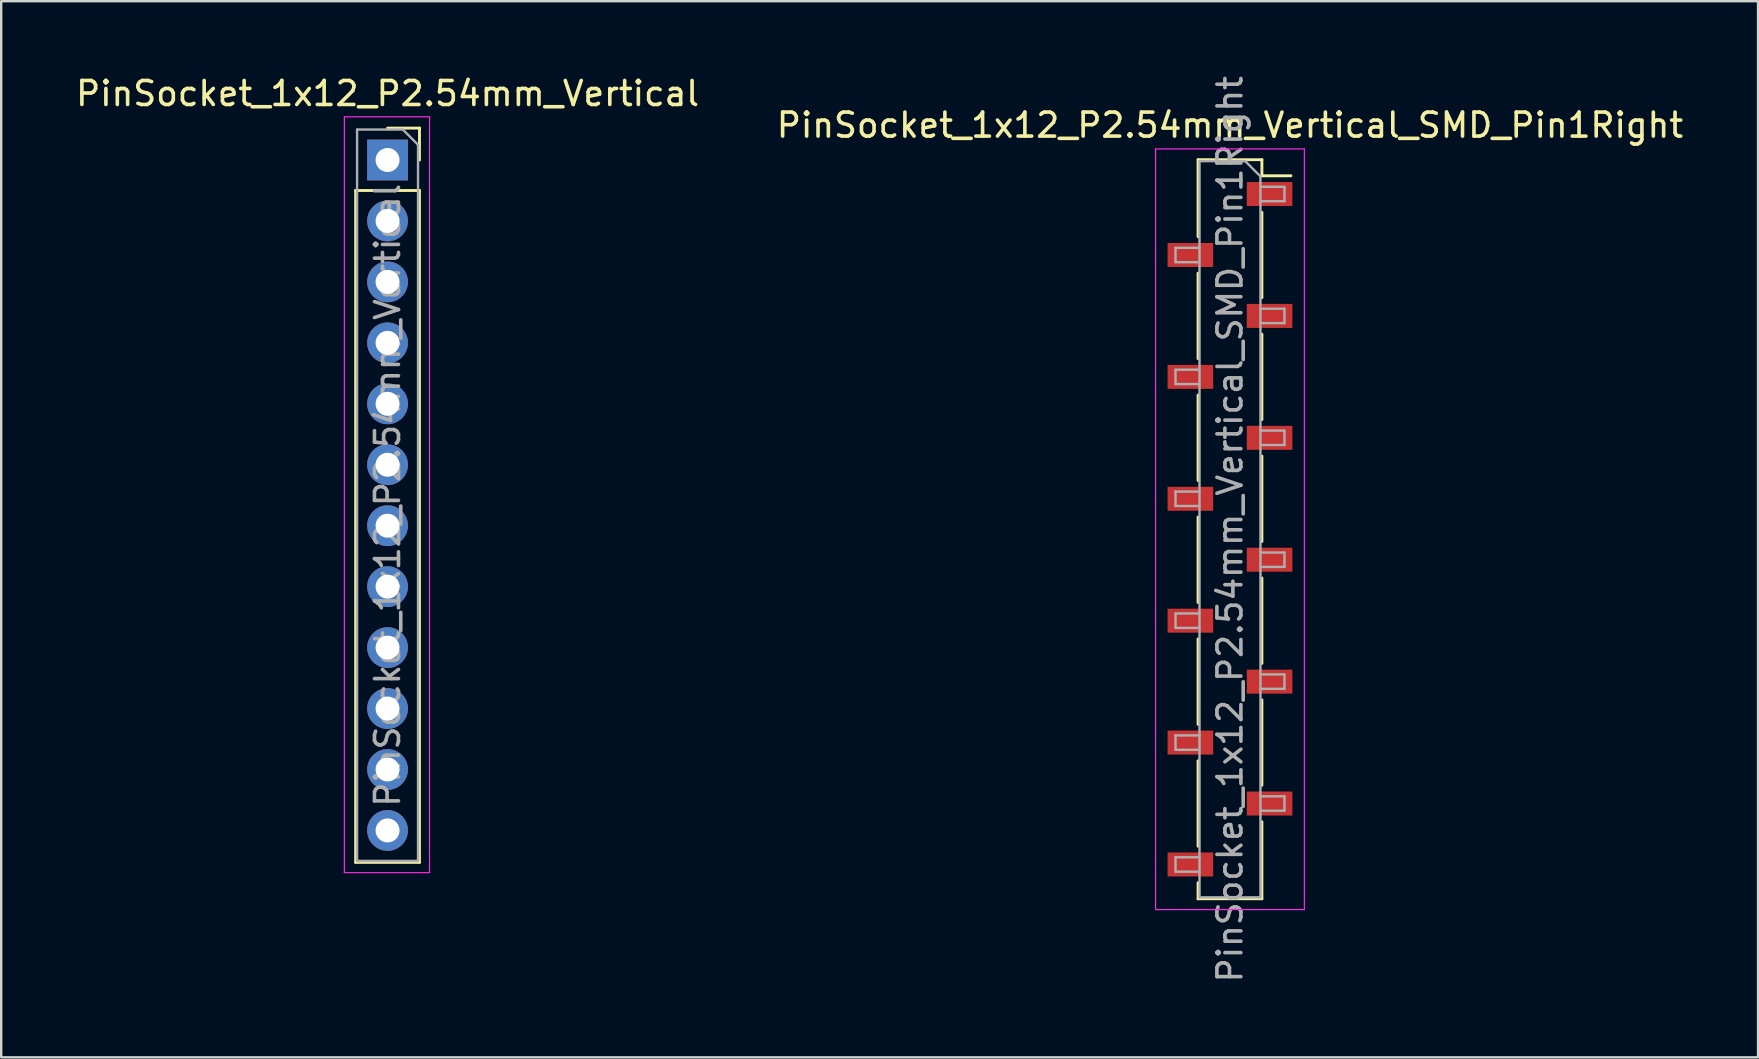
<source format=kicad_pcb>
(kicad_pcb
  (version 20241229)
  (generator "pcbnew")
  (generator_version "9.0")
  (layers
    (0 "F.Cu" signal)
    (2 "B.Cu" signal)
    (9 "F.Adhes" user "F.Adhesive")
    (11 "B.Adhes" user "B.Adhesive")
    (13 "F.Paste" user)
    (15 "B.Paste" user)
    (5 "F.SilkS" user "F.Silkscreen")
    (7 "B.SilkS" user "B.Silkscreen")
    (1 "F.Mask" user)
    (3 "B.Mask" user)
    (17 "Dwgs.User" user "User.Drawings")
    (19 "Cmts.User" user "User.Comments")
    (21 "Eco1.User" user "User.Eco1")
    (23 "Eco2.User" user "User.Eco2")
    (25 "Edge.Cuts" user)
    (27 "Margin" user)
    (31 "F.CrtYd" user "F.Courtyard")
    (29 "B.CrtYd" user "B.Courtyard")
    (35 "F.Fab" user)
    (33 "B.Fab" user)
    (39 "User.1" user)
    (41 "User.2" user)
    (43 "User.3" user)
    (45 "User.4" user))
  (footprint "PinSocket_1x12_P2.54mm_Vertical"
    (layer "F.Cu")
    (at 13.101 3.618)
    (property "Reference" "PinSocket_1x12_P2.54mm_Vertical" (at 0 -2.77 0) (layer "F.SilkS") (effects (font (size 1 1) (thickness 0.15))))
    (attr through_hole)
    (fp_line (start -1.33 1.27) (end -1.33 29.27) (stroke (width 0.12) (type solid)) (layer "F.SilkS"))
    (fp_line (start -1.33 1.27) (end 1.33 1.27) (stroke (width 0.12) (type solid)) (layer "F.SilkS"))
    (fp_line (start -1.33 29.27) (end 1.33 29.27) (stroke (width 0.12) (type solid)) (layer "F.SilkS"))
    (fp_line (start 0 -1.33) (end 1.33 -1.33) (stroke (width 0.12) (type solid)) (layer "F.SilkS"))
    (fp_line (start 1.33 -1.33) (end 1.33 0) (stroke (width 0.12) (type solid)) (layer "F.SilkS"))
    (fp_line (start 1.33 1.27) (end 1.33 29.27) (stroke (width 0.12) (type solid)) (layer "F.SilkS"))
    (fp_line (start -1.8 -1.8) (end 1.75 -1.8) (stroke (width 0.05) (type solid)) (layer "F.CrtYd"))
    (fp_line (start -1.8 29.7) (end -1.8 -1.8) (stroke (width 0.05) (type solid)) (layer "F.CrtYd"))
    (fp_line (start 1.75 -1.8) (end 1.75 29.7) (stroke (width 0.05) (type solid)) (layer "F.CrtYd"))
    (fp_line (start 1.75 29.7) (end -1.8 29.7) (stroke (width 0.05) (type solid)) (layer "F.CrtYd"))
    (fp_line (start -1.27 -1.27) (end 0.635 -1.27) (stroke (width 0.1) (type solid)) (layer "F.Fab"))
    (fp_line (start -1.27 29.21) (end -1.27 -1.27) (stroke (width 0.1) (type solid)) (layer "F.Fab"))
    (fp_line (start 0.635 -1.27) (end 1.27 -0.635) (stroke (width 0.1) (type solid)) (layer "F.Fab"))
    (fp_line (start 1.27 -0.635) (end 1.27 29.21) (stroke (width 0.1) (type solid)) (layer "F.Fab"))
    (fp_line (start 1.27 29.21) (end -1.27 29.21) (stroke (width 0.1) (type solid)) (layer "F.Fab"))
    (fp_text user "${REFERENCE}" (at 0 13.97 90) (layer "F.Fab") (effects (font (size 1 1) (thickness 0.15))))
    (pad "1" thru_hole rect (at 0 0) (size 1.7 1.7) (drill 1) (layers "*.Cu" "*.Mask"))
    (pad "2" thru_hole oval (at 0 2.54) (size 1.7 1.7) (drill 1) (layers "*.Cu" "*.Mask"))
    (pad "3" thru_hole oval (at 0 5.08) (size 1.7 1.7) (drill 1) (layers "*.Cu" "*.Mask"))
    (pad "4" thru_hole oval (at 0 7.62) (size 1.7 1.7) (drill 1) (layers "*.Cu" "*.Mask"))
    (pad "5" thru_hole oval (at 0 10.16) (size 1.7 1.7) (drill 1) (layers "*.Cu" "*.Mask"))
    (pad "6" thru_hole oval (at 0 12.7) (size 1.7 1.7) (drill 1) (layers "*.Cu" "*.Mask"))
    (pad "7" thru_hole oval (at 0 15.24) (size 1.7 1.7) (drill 1) (layers "*.Cu" "*.Mask"))
    (pad "8" thru_hole oval (at 0 17.78) (size 1.7 1.7) (drill 1) (layers "*.Cu" "*.Mask"))
    (pad "9" thru_hole oval (at 0 20.32) (size 1.7 1.7) (drill 1) (layers "*.Cu" "*.Mask"))
    (pad "10" thru_hole oval (at 0 22.86) (size 1.7 1.7) (drill 1) (layers "*.Cu" "*.Mask"))
    (pad "11" thru_hole oval (at 0 25.4) (size 1.7 1.7) (drill 1) (layers "*.Cu" "*.Mask"))
    (pad "12" thru_hole oval (at 0 27.94) (size 1.7 1.7) (drill 1) (layers "*.Cu" "*.Mask")))
  (footprint "PinSocket_1x12_P2.54mm_Vertical_SMD_Pin1Right"
    (layer "F.Cu")
    (at 48.208 19.006)
    (property "Reference" "PinSocket_1x12_P2.54mm_Vertical_SMD_Pin1Right" (at 0 -16.84 0) (layer "F.SilkS") (effects (font (size 1 1) (thickness 0.15))))
    (attr smd)
    (fp_line (start -1.33 -15.4) (end -1.33 -12.19) (stroke (width 0.12) (type solid)) (layer "F.SilkS"))
    (fp_line (start -1.33 -15.4) (end 1.33 -15.4) (stroke (width 0.12) (type solid)) (layer "F.SilkS"))
    (fp_line (start -1.33 -10.67) (end -1.33 -7.11) (stroke (width 0.12) (type solid)) (layer "F.SilkS"))
    (fp_line (start -1.33 -5.59) (end -1.33 -2.03) (stroke (width 0.12) (type solid)) (layer "F.SilkS"))
    (fp_line (start -1.33 -0.51) (end -1.33 3.05) (stroke (width 0.12) (type solid)) (layer "F.SilkS"))
    (fp_line (start -1.33 4.57) (end -1.33 8.13) (stroke (width 0.12) (type solid)) (layer "F.SilkS"))
    (fp_line (start -1.33 9.65) (end -1.33 13.21) (stroke (width 0.12) (type solid)) (layer "F.SilkS"))
    (fp_line (start -1.33 14.73) (end -1.33 15.4) (stroke (width 0.12) (type solid)) (layer "F.SilkS"))
    (fp_line (start -1.33 15.4) (end 1.33 15.4) (stroke (width 0.12) (type solid)) (layer "F.SilkS"))
    (fp_line (start 1.33 -15.4) (end 1.33 -14.73) (stroke (width 0.12) (type solid)) (layer "F.SilkS"))
    (fp_line (start 1.33 -14.73) (end 2.54 -14.73) (stroke (width 0.12) (type solid)) (layer "F.SilkS"))
    (fp_line (start 1.33 -13.21) (end 1.33 -9.65) (stroke (width 0.12) (type solid)) (layer "F.SilkS"))
    (fp_line (start 1.33 -8.13) (end 1.33 -4.57) (stroke (width 0.12) (type solid)) (layer "F.SilkS"))
    (fp_line (start 1.33 -3.05) (end 1.33 0.51) (stroke (width 0.12) (type solid)) (layer "F.SilkS"))
    (fp_line (start 1.33 2.03) (end 1.33 5.59) (stroke (width 0.12) (type solid)) (layer "F.SilkS"))
    (fp_line (start 1.33 7.11) (end 1.33 10.67) (stroke (width 0.12) (type solid)) (layer "F.SilkS"))
    (fp_line (start 1.33 12.19) (end 1.33 15.4) (stroke (width 0.12) (type solid)) (layer "F.SilkS"))
    (fp_line (start -3.1 -15.85) (end 3.1 -15.85) (stroke (width 0.05) (type solid)) (layer "F.CrtYd"))
    (fp_line (start -3.1 15.85) (end -3.1 -15.85) (stroke (width 0.05) (type solid)) (layer "F.CrtYd"))
    (fp_line (start 3.1 -15.85) (end 3.1 15.85) (stroke (width 0.05) (type solid)) (layer "F.CrtYd"))
    (fp_line (start 3.1 15.85) (end -3.1 15.85) (stroke (width 0.05) (type solid)) (layer "F.CrtYd"))
    (fp_line (start -2.27 -11.73) (end -1.27 -11.73) (stroke (width 0.1) (type solid)) (layer "F.Fab"))
    (fp_line (start -2.27 -11.13) (end -2.27 -11.73) (stroke (width 0.1) (type solid)) (layer "F.Fab"))
    (fp_line (start -2.27 -6.65) (end -1.27 -6.65) (stroke (width 0.1) (type solid)) (layer "F.Fab"))
    (fp_line (start -2.27 -6.05) (end -2.27 -6.65) (stroke (width 0.1) (type solid)) (layer "F.Fab"))
    (fp_line (start -2.27 -1.57) (end -1.27 -1.57) (stroke (width 0.1) (type solid)) (layer "F.Fab"))
    (fp_line (start -2.27 -0.97) (end -2.27 -1.57) (stroke (width 0.1) (type solid)) (layer "F.Fab"))
    (fp_line (start -2.27 3.51) (end -1.27 3.51) (stroke (width 0.1) (type solid)) (layer "F.Fab"))
    (fp_line (start -2.27 4.11) (end -2.27 3.51) (stroke (width 0.1) (type solid)) (layer "F.Fab"))
    (fp_line (start -2.27 8.59) (end -1.27 8.59) (stroke (width 0.1) (type solid)) (layer "F.Fab"))
    (fp_line (start -2.27 9.19) (end -2.27 8.59) (stroke (width 0.1) (type solid)) (layer "F.Fab"))
    (fp_line (start -2.27 13.67) (end -1.27 13.67) (stroke (width 0.1) (type solid)) (layer "F.Fab"))
    (fp_line (start -2.27 14.27) (end -2.27 13.67) (stroke (width 0.1) (type solid)) (layer "F.Fab"))
    (fp_line (start -1.27 -15.34) (end 0.635 -15.34) (stroke (width 0.1) (type solid)) (layer "F.Fab"))
    (fp_line (start -1.27 -11.13) (end -2.27 -11.13) (stroke (width 0.1) (type solid)) (layer "F.Fab"))
    (fp_line (start -1.27 -6.05) (end -2.27 -6.05) (stroke (width 0.1) (type solid)) (layer "F.Fab"))
    (fp_line (start -1.27 -0.97) (end -2.27 -0.97) (stroke (width 0.1) (type solid)) (layer "F.Fab"))
    (fp_line (start -1.27 4.11) (end -2.27 4.11) (stroke (width 0.1) (type solid)) (layer "F.Fab"))
    (fp_line (start -1.27 9.19) (end -2.27 9.19) (stroke (width 0.1) (type solid)) (layer "F.Fab"))
    (fp_line (start -1.27 14.27) (end -2.27 14.27) (stroke (width 0.1) (type solid)) (layer "F.Fab"))
    (fp_line (start -1.27 15.34) (end -1.27 -15.34) (stroke (width 0.1) (type solid)) (layer "F.Fab"))
    (fp_line (start 0.635 -15.34) (end 1.27 -14.705) (stroke (width 0.1) (type solid)) (layer "F.Fab"))
    (fp_line (start 1.27 -14.705) (end 1.27 15.34) (stroke (width 0.1) (type solid)) (layer "F.Fab"))
    (fp_line (start 1.27 -14.27) (end 2.27 -14.27) (stroke (width 0.1) (type solid)) (layer "F.Fab"))
    (fp_line (start 1.27 -9.19) (end 2.27 -9.19) (stroke (width 0.1) (type solid)) (layer "F.Fab"))
    (fp_line (start 1.27 -4.11) (end 2.27 -4.11) (stroke (width 0.1) (type solid)) (layer "F.Fab"))
    (fp_line (start 1.27 0.97) (end 2.27 0.97) (stroke (width 0.1) (type solid)) (layer "F.Fab"))
    (fp_line (start 1.27 6.05) (end 2.27 6.05) (stroke (width 0.1) (type solid)) (layer "F.Fab"))
    (fp_line (start 1.27 11.13) (end 2.27 11.13) (stroke (width 0.1) (type solid)) (layer "F.Fab"))
    (fp_line (start 1.27 15.34) (end -1.27 15.34) (stroke (width 0.1) (type solid)) (layer "F.Fab"))
    (fp_line (start 2.27 -14.27) (end 2.27 -13.67) (stroke (width 0.1) (type solid)) (layer "F.Fab"))
    (fp_line (start 2.27 -13.67) (end 1.27 -13.67) (stroke (width 0.1) (type solid)) (layer "F.Fab"))
    (fp_line (start 2.27 -9.19) (end 2.27 -8.59) (stroke (width 0.1) (type solid)) (layer "F.Fab"))
    (fp_line (start 2.27 -8.59) (end 1.27 -8.59) (stroke (width 0.1) (type solid)) (layer "F.Fab"))
    (fp_line (start 2.27 -4.11) (end 2.27 -3.51) (stroke (width 0.1) (type solid)) (layer "F.Fab"))
    (fp_line (start 2.27 -3.51) (end 1.27 -3.51) (stroke (width 0.1) (type solid)) (layer "F.Fab"))
    (fp_line (start 2.27 0.97) (end 2.27 1.57) (stroke (width 0.1) (type solid)) (layer "F.Fab"))
    (fp_line (start 2.27 1.57) (end 1.27 1.57) (stroke (width 0.1) (type solid)) (layer "F.Fab"))
    (fp_line (start 2.27 6.05) (end 2.27 6.65) (stroke (width 0.1) (type solid)) (layer "F.Fab"))
    (fp_line (start 2.27 6.65) (end 1.27 6.65) (stroke (width 0.1) (type solid)) (layer "F.Fab"))
    (fp_line (start 2.27 11.13) (end 2.27 11.73) (stroke (width 0.1) (type solid)) (layer "F.Fab"))
    (fp_line (start 2.27 11.73) (end 1.27 11.73) (stroke (width 0.1) (type solid)) (layer "F.Fab"))
    (fp_text user "${REFERENCE}" (at 0 0 90) (layer "F.Fab") (effects (font (size 1 1) (thickness 0.15))))
    (pad "1" smd rect (at 1.65 -13.97) (size 1.9 1) (layers "F.Cu" "F.Mask" "F.Paste"))
    (pad "2" smd rect (at -1.65 -11.43) (size 1.9 1) (layers "F.Cu" "F.Mask" "F.Paste"))
    (pad "3" smd rect (at 1.65 -8.89) (size 1.9 1) (layers "F.Cu" "F.Mask" "F.Paste"))
    (pad "4" smd rect (at -1.65 -6.35) (size 1.9 1) (layers "F.Cu" "F.Mask" "F.Paste"))
    (pad "5" smd rect (at 1.65 -3.81) (size 1.9 1) (layers "F.Cu" "F.Mask" "F.Paste"))
    (pad "6" smd rect (at -1.65 -1.27) (size 1.9 1) (layers "F.Cu" "F.Mask" "F.Paste"))
    (pad "7" smd rect (at 1.65 1.27) (size 1.9 1) (layers "F.Cu" "F.Mask" "F.Paste"))
    (pad "8" smd rect (at -1.65 3.81) (size 1.9 1) (layers "F.Cu" "F.Mask" "F.Paste"))
    (pad "9" smd rect (at 1.65 6.35) (size 1.9 1) (layers "F.Cu" "F.Mask" "F.Paste"))
    (pad "10" smd rect (at -1.65 8.89) (size 1.9 1) (layers "F.Cu" "F.Mask" "F.Paste"))
    (pad "11" smd rect (at 1.65 11.43) (size 1.9 1) (layers "F.Cu" "F.Mask" "F.Paste"))
    (pad "12" smd rect (at -1.65 13.97) (size 1.9 1) (layers "F.Cu" "F.Mask" "F.Paste")))
  (gr_rect
    (start -3 -3)
    (end 70.214 41.012)
    (stroke (width 0.1) (type default))
    (fill no)
    (layer "Edge.Cuts")))
</source>
